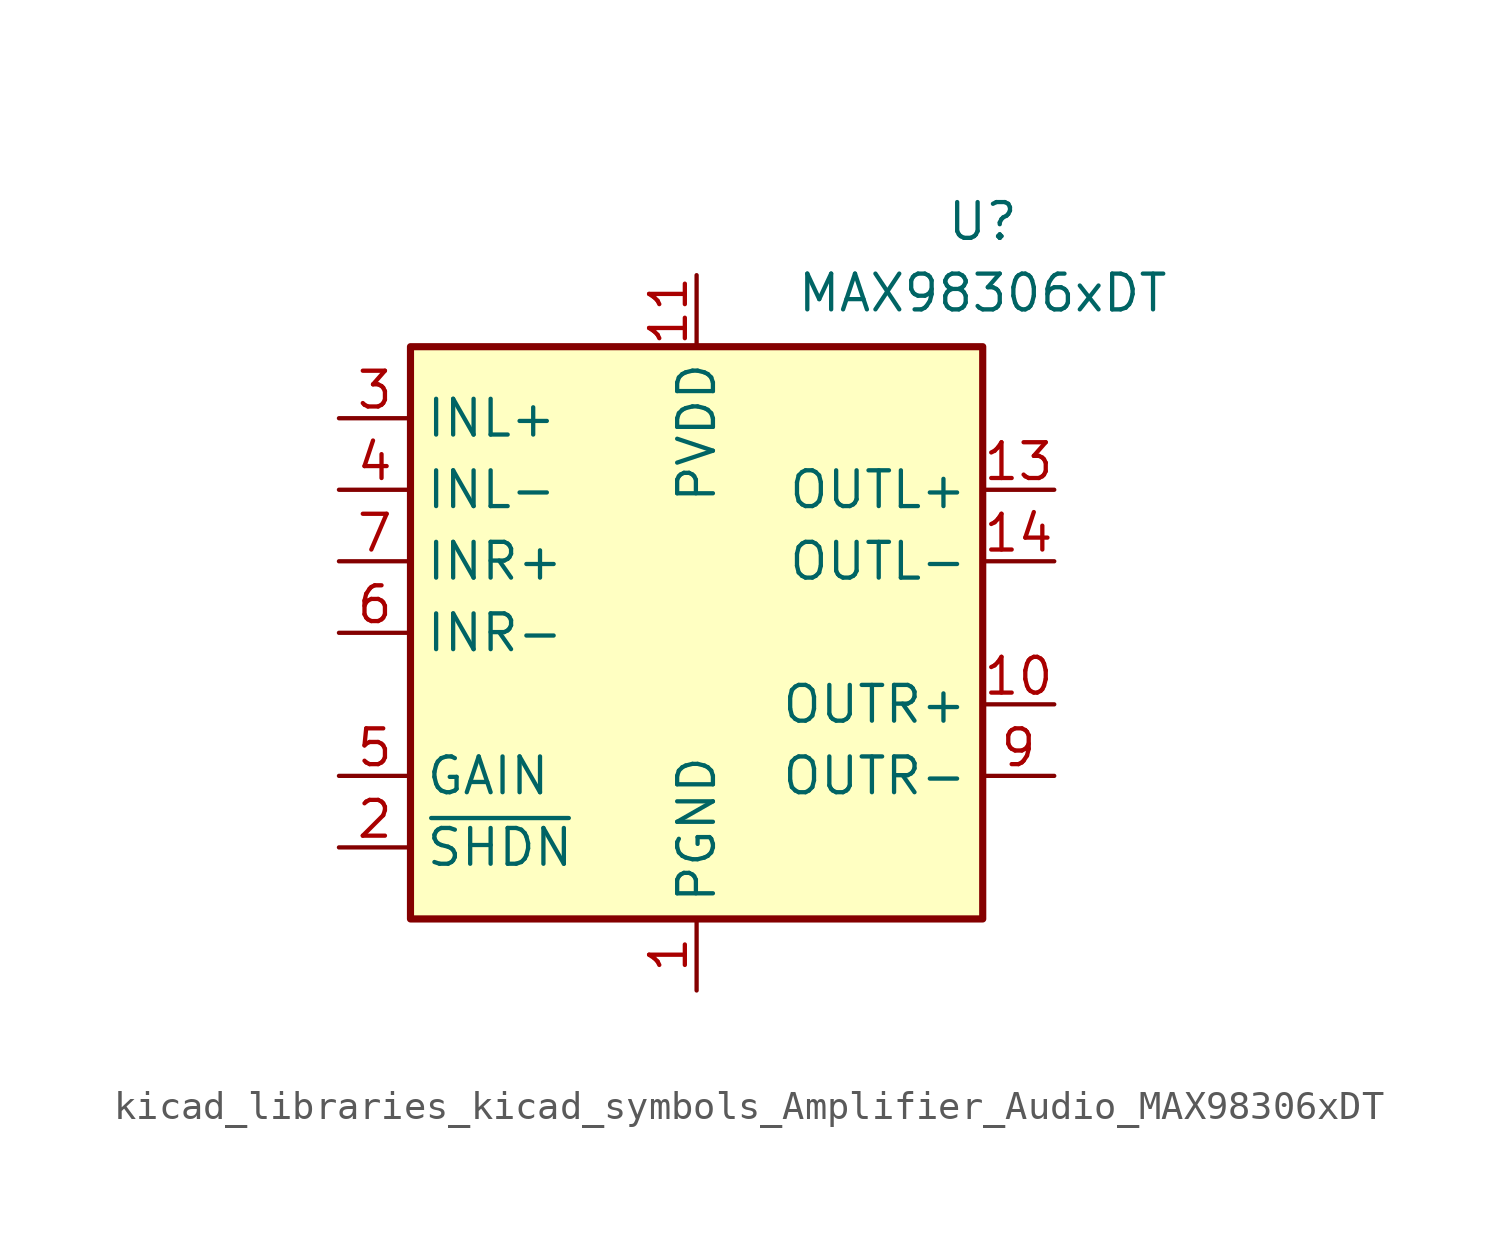
<source format=kicad_sym>
(kicad_symbol_lib
  (version 20220914)
  (generator kicad_symbol_editor)
  (symbol "kicad_libraries_kicad_symbols_Amplifier_Audio_MAX98306xDT"
    (property "Reference" "U"
      (at 10.16 14.605 0)
      (effects (font (size 1.27 1.27))))
    (property "Value" "MAX98306xDT"
      (at 10.16 12.065 0)
      (effects (font (size 1.27 1.27))))
    (symbol "kicad_libraries_kicad_symbols_Amplifier_Audio_MAX98306xDT_0_1"
      (rectangle (start -10.16 10.16) (end 10.16 -10.16) (stroke (width 0.254) (type default)) (fill (type background))))
    (symbol "kicad_libraries_kicad_symbols_Amplifier_Audio_MAX98306xDT_1_1"
      (pin power_in line (at 0 -12.7 90) (length 2.54) (name "PGND" (effects (font (size 1.27 1.27)))) (number "1" (effects (font (size 1.27 1.27)))))
      (pin power_out line (at 12.7 -2.54 180) (length 2.54) (name "OUTR+" (effects (font (size 1.27 1.27)))) (number "10" (effects (font (size 1.27 1.27)))))
      (pin power_in line (at 0 12.7 270) (length 2.54) (name "PVDD" (effects (font (size 1.27 1.27)))) (number "11" (effects (font (size 1.27 1.27)))))
      (pin passive line (at 0 12.7 270) (length 2.54) hide (name "PVDD" (effects (font (size 1.27 1.27)))) (number "12" (effects (font (size 1.27 1.27)))))
      (pin power_out line (at 12.7 5.08 180) (length 2.54) (name "OUTL+" (effects (font (size 1.27 1.27)))) (number "13" (effects (font (size 1.27 1.27)))))
      (pin power_out line (at 12.7 2.54 180) (length 2.54) (name "OUTL-" (effects (font (size 1.27 1.27)))) (number "14" (effects (font (size 1.27 1.27)))))
      (pin passive line (at 0 -12.7 90) (length 2.54) hide (name "PGND" (effects (font (size 1.27 1.27)))) (number "15" (effects (font (size 1.27 1.27)))))
      (pin input line (at -12.7 -7.62 0) (length 2.54) (name "~{SHDN}" (effects (font (size 1.27 1.27)))) (number "2" (effects (font (size 1.27 1.27)))))
      (pin input line (at -12.7 7.62 0) (length 2.54) (name "INL+" (effects (font (size 1.27 1.27)))) (number "3" (effects (font (size 1.27 1.27)))))
      (pin input line (at -12.7 5.08 0) (length 2.54) (name "INL-" (effects (font (size 1.27 1.27)))) (number "4" (effects (font (size 1.27 1.27)))))
      (pin input line (at -12.7 -5.08 0) (length 2.54) (name "GAIN" (effects (font (size 1.27 1.27)))) (number "5" (effects (font (size 1.27 1.27)))))
      (pin input line (at -12.7 0 0) (length 2.54) (name "INR-" (effects (font (size 1.27 1.27)))) (number "6" (effects (font (size 1.27 1.27)))))
      (pin input line (at -12.7 2.54 0) (length 2.54) (name "INR+" (effects (font (size 1.27 1.27)))) (number "7" (effects (font (size 1.27 1.27)))))
      (pin passive line (at 0 -12.7 90) (length 2.54) hide (name "PGND" (effects (font (size 1.27 1.27)))) (number "8" (effects (font (size 1.27 1.27)))))
      (pin power_out line (at 12.7 -5.08 180) (length 2.54) (name "OUTR-" (effects (font (size 1.27 1.27)))) (number "9" (effects (font (size 1.27 1.27))))))))
</source>
